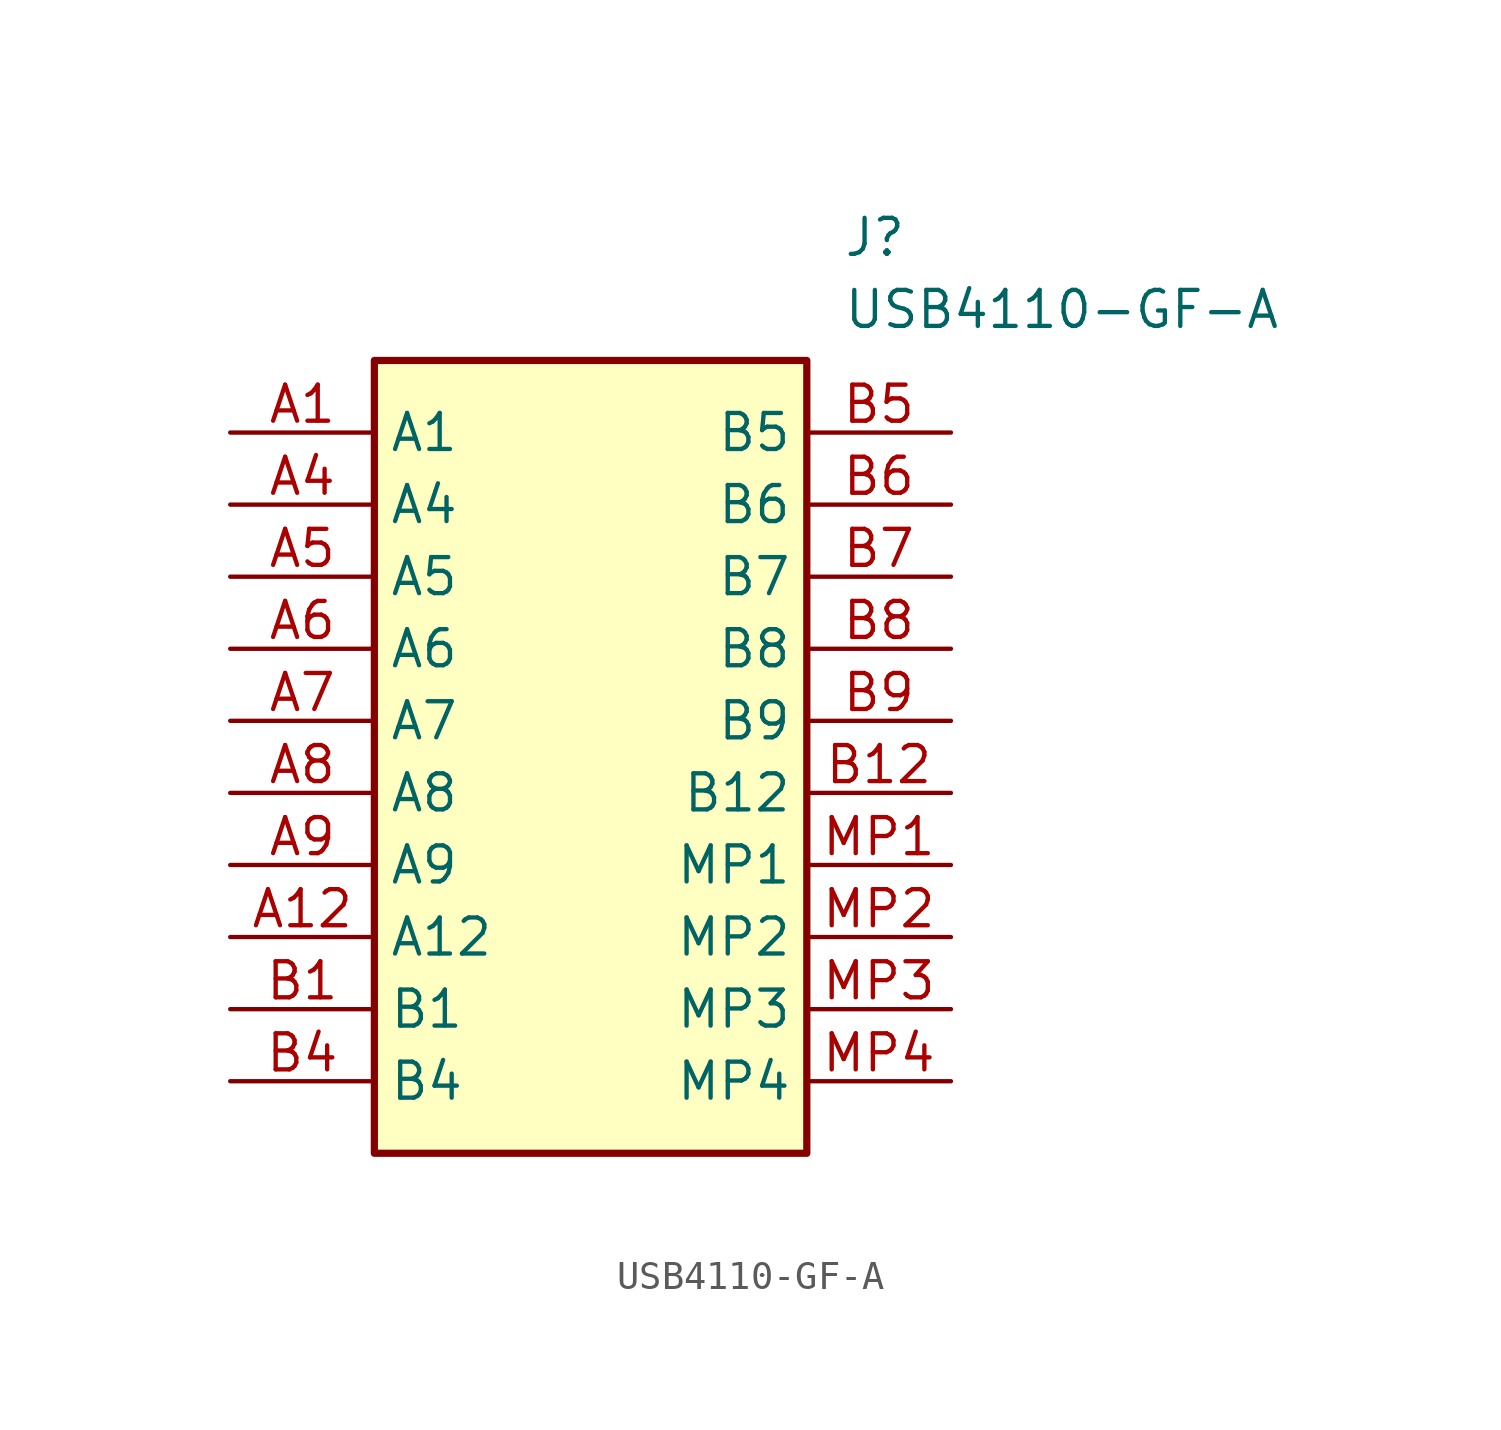
<source format=kicad_sym>
(kicad_symbol_lib
  (version 20211014)
  (generator SamacSys_ECAD_Model)
  (symbol "USB4110-GF-A"
    (property "Reference" "J"
      (at 21.59 7.62 0)
      (effects (font (size 1.27 1.27)) (justify left top)))
    (property "Value" "USB4110-GF-A"
      (at 21.59 5.08 0)
      (effects (font (size 1.27 1.27)) (justify left top)))
    (rectangle
      (start 5.08 2.54)
      (end 20.32 -25.4)
      (stroke (width 0.254) (type default))
      (fill (type background)))
    (pin passive line
      (at 0 0 0)
      (length 5.08)
      (name "A1" (effects (font (size 1.27 1.27))))
      (number "A1" (effects (font (size 1.27 1.27)))))
    (pin passive line
      (at 0 -2.54 0)
      (length 5.08)
      (name "A4" (effects (font (size 1.27 1.27))))
      (number "A4" (effects (font (size 1.27 1.27)))))
    (pin passive line
      (at 0 -5.08 0)
      (length 5.08)
      (name "A5" (effects (font (size 1.27 1.27))))
      (number "A5" (effects (font (size 1.27 1.27)))))
    (pin passive line
      (at 0 -7.62 0)
      (length 5.08)
      (name "A6" (effects (font (size 1.27 1.27))))
      (number "A6" (effects (font (size 1.27 1.27)))))
    (pin passive line
      (at 0 -10.16 0)
      (length 5.08)
      (name "A7" (effects (font (size 1.27 1.27))))
      (number "A7" (effects (font (size 1.27 1.27)))))
    (pin passive line
      (at 0 -12.7 0)
      (length 5.08)
      (name "A8" (effects (font (size 1.27 1.27))))
      (number "A8" (effects (font (size 1.27 1.27)))))
    (pin passive line
      (at 0 -15.24 0)
      (length 5.08)
      (name "A9" (effects (font (size 1.27 1.27))))
      (number "A9" (effects (font (size 1.27 1.27)))))
    (pin passive line
      (at 0 -17.78 0)
      (length 5.08)
      (name "A12" (effects (font (size 1.27 1.27))))
      (number "A12" (effects (font (size 1.27 1.27)))))
    (pin passive line
      (at 0 -20.32 0)
      (length 5.08)
      (name "B1" (effects (font (size 1.27 1.27))))
      (number "B1" (effects (font (size 1.27 1.27)))))
    (pin passive line
      (at 0 -22.86 0)
      (length 5.08)
      (name "B4" (effects (font (size 1.27 1.27))))
      (number "B4" (effects (font (size 1.27 1.27)))))
    (pin passive line
      (at 25.4 0 180)
      (length 5.08)
      (name "B5" (effects (font (size 1.27 1.27))))
      (number "B5" (effects (font (size 1.27 1.27)))))
    (pin passive line
      (at 25.4 -2.54 180)
      (length 5.08)
      (name "B6" (effects (font (size 1.27 1.27))))
      (number "B6" (effects (font (size 1.27 1.27)))))
    (pin passive line
      (at 25.4 -5.08 180)
      (length 5.08)
      (name "B7" (effects (font (size 1.27 1.27))))
      (number "B7" (effects (font (size 1.27 1.27)))))
    (pin passive line
      (at 25.4 -7.62 180)
      (length 5.08)
      (name "B8" (effects (font (size 1.27 1.27))))
      (number "B8" (effects (font (size 1.27 1.27)))))
    (pin passive line
      (at 25.4 -10.16 180)
      (length 5.08)
      (name "B9" (effects (font (size 1.27 1.27))))
      (number "B9" (effects (font (size 1.27 1.27)))))
    (pin passive line
      (at 25.4 -12.7 180)
      (length 5.08)
      (name "B12" (effects (font (size 1.27 1.27))))
      (number "B12" (effects (font (size 1.27 1.27)))))
    (pin passive line
      (at 25.4 -15.24 180)
      (length 5.08)
      (name "MP1" (effects (font (size 1.27 1.27))))
      (number "MP1" (effects (font (size 1.27 1.27)))))
    (pin passive line
      (at 25.4 -17.78 180)
      (length 5.08)
      (name "MP2" (effects (font (size 1.27 1.27))))
      (number "MP2" (effects (font (size 1.27 1.27)))))
    (pin passive line
      (at 25.4 -20.32 180)
      (length 5.08)
      (name "MP3" (effects (font (size 1.27 1.27))))
      (number "MP3" (effects (font (size 1.27 1.27)))))
    (pin passive line
      (at 25.4 -22.86 180)
      (length 5.08)
      (name "MP4" (effects (font (size 1.27 1.27))))
      (number "MP4" (effects (font (size 1.27 1.27)))))))
</source>
